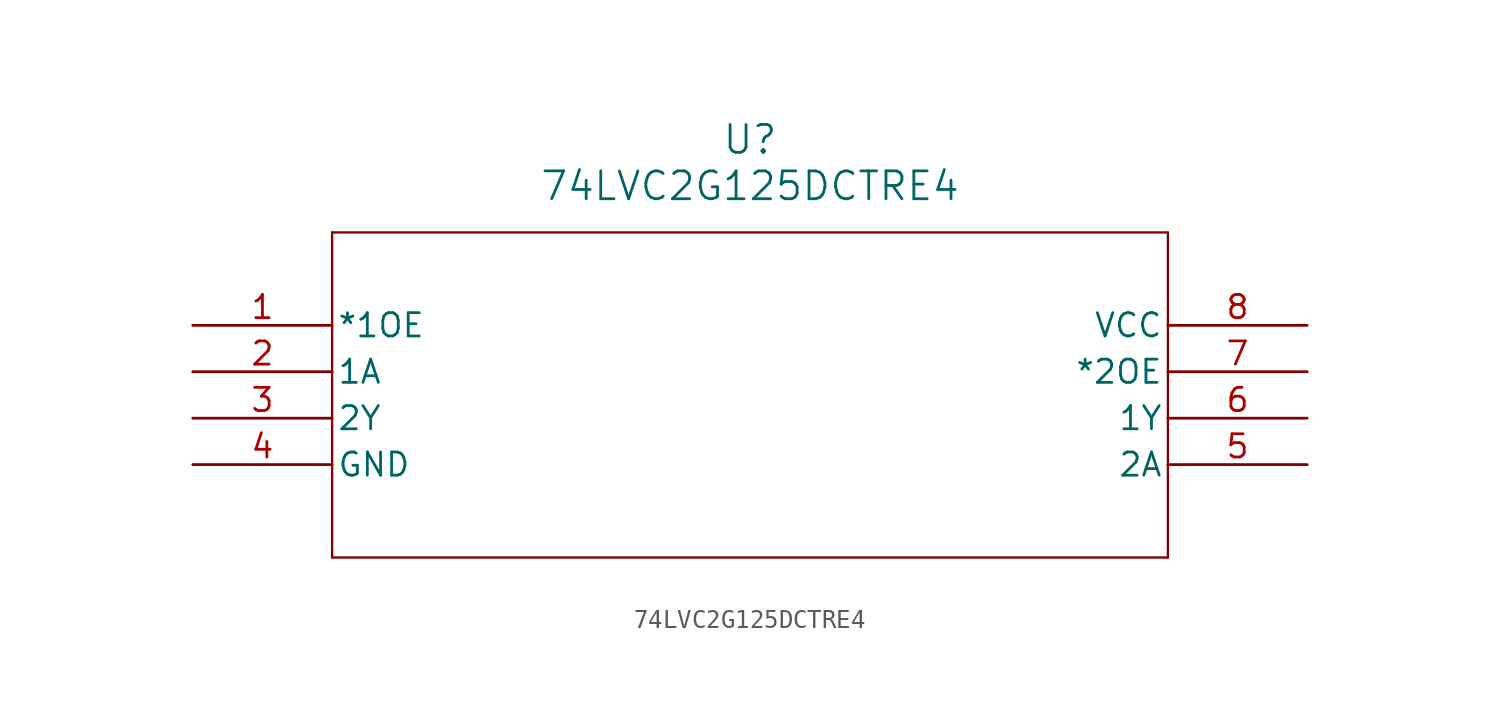
<source format=kicad_sym>
(kicad_symbol_lib
  (version 20211014)
  (generator kicad_symbol_editor)
  (symbol "74LVC2G125DCTRE4"
    (pin_names
      (offset 0.254))
    (property "Reference" "U"
      (at 30.48 10.16 0)
      (effects (font (size 1.524 1.524))))
    (property "Value" "74LVC2G125DCTRE4"
      (at 30.48 7.62 0)
      (effects (font (size 1.524 1.524))))
    (symbol "74LVC2G125DCTRE4_0_1"
      (polyline (pts (xy 7.62 5.08) (xy 7.62 -12.7)) (stroke (width 0.127) (type default) (color 0 0 0 0)) (fill (type none)))
      (polyline (pts (xy 7.62 -12.7) (xy 53.34 -12.7)) (stroke (width 0.127) (type default) (color 0 0 0 0)) (fill (type none)))
      (polyline (pts (xy 53.34 -12.7) (xy 53.34 5.08)) (stroke (width 0.127) (type default) (color 0 0 0 0)) (fill (type none)))
      (polyline (pts (xy 53.34 5.08) (xy 7.62 5.08)) (stroke (width 0.127) (type default) (color 0 0 0 0)) (fill (type none)))
      (pin input line (at 0 0 0) (length 7.62) (name "*1OE" (effects (font (size 1.27 1.27)))) (number "1" (effects (font (size 1.27 1.27)))))
      (pin input line (at 0 -2.54 0) (length 7.62) (name "1A" (effects (font (size 1.27 1.27)))) (number "2" (effects (font (size 1.27 1.27)))))
      (pin output line (at 0 -5.08 0) (length 7.62) (name "2Y" (effects (font (size 1.27 1.27)))) (number "3" (effects (font (size 1.27 1.27)))))
      (pin power_in line (at 0 -7.62 0) (length 7.62) (name "GND" (effects (font (size 1.27 1.27)))) (number "4" (effects (font (size 1.27 1.27)))))
      (pin input line (at 60.96 -7.62 180) (length 7.62) (name "2A" (effects (font (size 1.27 1.27)))) (number "5" (effects (font (size 1.27 1.27)))))
      (pin output line (at 60.96 -5.08 180) (length 7.62) (name "1Y" (effects (font (size 1.27 1.27)))) (number "6" (effects (font (size 1.27 1.27)))))
      (pin input line (at 60.96 -2.54 180) (length 7.62) (name "*2OE" (effects (font (size 1.27 1.27)))) (number "7" (effects (font (size 1.27 1.27)))))
      (pin power_in line (at 60.96 0 180) (length 7.62) (name "VCC" (effects (font (size 1.27 1.27)))) (number "8" (effects (font (size 1.27 1.27))))))))
</source>
